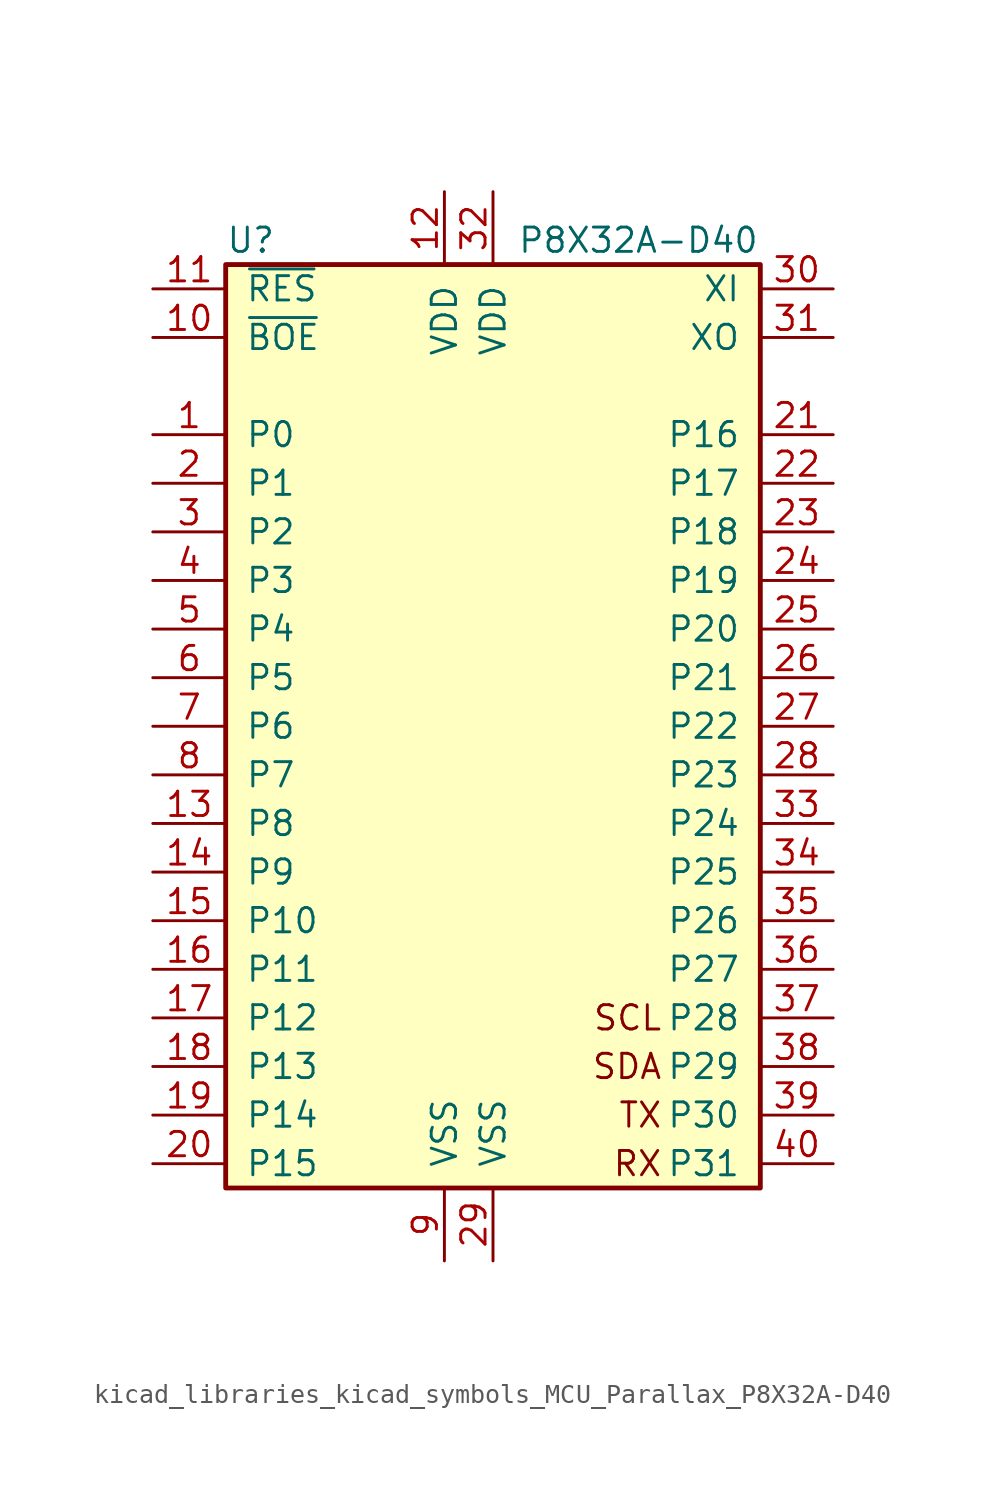
<source format=kicad_sym>
(kicad_symbol_lib
  (version 20220914)
  (generator kicad_symbol_editor)
  (symbol "kicad_libraries_kicad_symbols_MCU_Parallax_P8X32A-D40"
    (pin_names
      (offset 1.016))
    (property "Reference" "U"
      (at -13.97 25.4 0)
      (effects (font (size 1.27 1.27)) (justify left)))
    (property "Value" "P8X32A-D40"
      (at 1.27 25.4 0)
      (effects (font (size 1.27 1.27)) (justify left)))
    (symbol "kicad_libraries_kicad_symbols_MCU_Parallax_P8X32A-D40_0_1"
      (rectangle (start -13.97 24.13) (end 13.97 -24.13) (stroke (width 0.254) (type default)) (fill (type background)))
      (text "RX" (at 8.89 -22.86 0) (effects (font (size 1.27 1.27)) (justify right)))
      (text "SCL" (at 8.89 -15.24 0) (effects (font (size 1.27 1.27)) (justify right)))
      (text "SDA" (at 8.89 -17.78 0) (effects (font (size 1.27 1.27)) (justify right)))
      (text "TX" (at 8.89 -20.32 0) (effects (font (size 1.27 1.27)) (justify right)))
      (pin bidirectional line (at -17.78 15.24 0) (length 3.81) (name "P0" (effects (font (size 1.27 1.27)))) (number "1" (effects (font (size 1.27 1.27)))))
      (pin input line (at -17.78 20.32 0) (length 3.81) (name "~{BOE}" (effects (font (size 1.27 1.27)))) (number "10" (effects (font (size 1.27 1.27)))))
      (pin bidirectional line (at -17.78 22.86 0) (length 3.81) (name "~{RES}" (effects (font (size 1.27 1.27)))) (number "11" (effects (font (size 1.27 1.27)))))
      (pin power_in line (at -2.54 27.94 270) (length 3.81) (name "VDD" (effects (font (size 1.27 1.27)))) (number "12" (effects (font (size 1.27 1.27)))))
      (pin bidirectional line (at -17.78 -5.08 0) (length 3.81) (name "P8" (effects (font (size 1.27 1.27)))) (number "13" (effects (font (size 1.27 1.27)))))
      (pin bidirectional line (at -17.78 -7.62 0) (length 3.81) (name "P9" (effects (font (size 1.27 1.27)))) (number "14" (effects (font (size 1.27 1.27)))))
      (pin bidirectional line (at -17.78 -10.16 0) (length 3.81) (name "P10" (effects (font (size 1.27 1.27)))) (number "15" (effects (font (size 1.27 1.27)))))
      (pin bidirectional line (at -17.78 -12.7 0) (length 3.81) (name "P11" (effects (font (size 1.27 1.27)))) (number "16" (effects (font (size 1.27 1.27)))))
      (pin bidirectional line (at -17.78 -15.24 0) (length 3.81) (name "P12" (effects (font (size 1.27 1.27)))) (number "17" (effects (font (size 1.27 1.27)))))
      (pin bidirectional line (at -17.78 -17.78 0) (length 3.81) (name "P13" (effects (font (size 1.27 1.27)))) (number "18" (effects (font (size 1.27 1.27)))))
      (pin bidirectional line (at -17.78 -20.32 0) (length 3.81) (name "P14" (effects (font (size 1.27 1.27)))) (number "19" (effects (font (size 1.27 1.27)))))
      (pin bidirectional line (at -17.78 12.7 0) (length 3.81) (name "P1" (effects (font (size 1.27 1.27)))) (number "2" (effects (font (size 1.27 1.27)))))
      (pin bidirectional line (at -17.78 -22.86 0) (length 3.81) (name "P15" (effects (font (size 1.27 1.27)))) (number "20" (effects (font (size 1.27 1.27)))))
      (pin bidirectional line (at 17.78 15.24 180) (length 3.81) (name "P16" (effects (font (size 1.27 1.27)))) (number "21" (effects (font (size 1.27 1.27)))))
      (pin bidirectional line (at 17.78 12.7 180) (length 3.81) (name "P17" (effects (font (size 1.27 1.27)))) (number "22" (effects (font (size 1.27 1.27)))))
      (pin bidirectional line (at 17.78 10.16 180) (length 3.81) (name "P18" (effects (font (size 1.27 1.27)))) (number "23" (effects (font (size 1.27 1.27)))))
      (pin bidirectional line (at 17.78 7.62 180) (length 3.81) (name "P19" (effects (font (size 1.27 1.27)))) (number "24" (effects (font (size 1.27 1.27)))))
      (pin bidirectional line (at 17.78 5.08 180) (length 3.81) (name "P20" (effects (font (size 1.27 1.27)))) (number "25" (effects (font (size 1.27 1.27)))))
      (pin bidirectional line (at 17.78 2.54 180) (length 3.81) (name "P21" (effects (font (size 1.27 1.27)))) (number "26" (effects (font (size 1.27 1.27)))))
      (pin bidirectional line (at 17.78 0 180) (length 3.81) (name "P22" (effects (font (size 1.27 1.27)))) (number "27" (effects (font (size 1.27 1.27)))))
      (pin bidirectional line (at 17.78 -2.54 180) (length 3.81) (name "P23" (effects (font (size 1.27 1.27)))) (number "28" (effects (font (size 1.27 1.27)))))
      (pin power_in line (at 0 -27.94 90) (length 3.81) (name "VSS" (effects (font (size 1.27 1.27)))) (number "29" (effects (font (size 1.27 1.27)))))
      (pin bidirectional line (at -17.78 10.16 0) (length 3.81) (name "P2" (effects (font (size 1.27 1.27)))) (number "3" (effects (font (size 1.27 1.27)))))
      (pin input line (at 17.78 22.86 180) (length 3.81) (name "XI" (effects (font (size 1.27 1.27)))) (number "30" (effects (font (size 1.27 1.27)))))
      (pin output line (at 17.78 20.32 180) (length 3.81) (name "XO" (effects (font (size 1.27 1.27)))) (number "31" (effects (font (size 1.27 1.27)))))
      (pin power_in line (at 0 27.94 270) (length 3.81) (name "VDD" (effects (font (size 1.27 1.27)))) (number "32" (effects (font (size 1.27 1.27)))))
      (pin bidirectional line (at 17.78 -5.08 180) (length 3.81) (name "P24" (effects (font (size 1.27 1.27)))) (number "33" (effects (font (size 1.27 1.27)))))
      (pin bidirectional line (at 17.78 -7.62 180) (length 3.81) (name "P25" (effects (font (size 1.27 1.27)))) (number "34" (effects (font (size 1.27 1.27)))))
      (pin bidirectional line (at 17.78 -10.16 180) (length 3.81) (name "P26" (effects (font (size 1.27 1.27)))) (number "35" (effects (font (size 1.27 1.27)))))
      (pin bidirectional line (at 17.78 -12.7 180) (length 3.81) (name "P27" (effects (font (size 1.27 1.27)))) (number "36" (effects (font (size 1.27 1.27)))))
      (pin bidirectional line (at 17.78 -15.24 180) (length 3.81) (name "P28" (effects (font (size 1.27 1.27)))) (number "37" (effects (font (size 1.27 1.27)))))
      (pin bidirectional line (at 17.78 -17.78 180) (length 3.81) (name "P29" (effects (font (size 1.27 1.27)))) (number "38" (effects (font (size 1.27 1.27)))))
      (pin bidirectional line (at 17.78 -20.32 180) (length 3.81) (name "P30" (effects (font (size 1.27 1.27)))) (number "39" (effects (font (size 1.27 1.27)))))
      (pin bidirectional line (at -17.78 7.62 0) (length 3.81) (name "P3" (effects (font (size 1.27 1.27)))) (number "4" (effects (font (size 1.27 1.27)))))
      (pin bidirectional line (at 17.78 -22.86 180) (length 3.81) (name "P31" (effects (font (size 1.27 1.27)))) (number "40" (effects (font (size 1.27 1.27)))))
      (pin bidirectional line (at -17.78 5.08 0) (length 3.81) (name "P4" (effects (font (size 1.27 1.27)))) (number "5" (effects (font (size 1.27 1.27)))))
      (pin bidirectional line (at -17.78 2.54 0) (length 3.81) (name "P5" (effects (font (size 1.27 1.27)))) (number "6" (effects (font (size 1.27 1.27)))))
      (pin bidirectional line (at -17.78 0 0) (length 3.81) (name "P6" (effects (font (size 1.27 1.27)))) (number "7" (effects (font (size 1.27 1.27)))))
      (pin bidirectional line (at -17.78 -2.54 0) (length 3.81) (name "P7" (effects (font (size 1.27 1.27)))) (number "8" (effects (font (size 1.27 1.27)))))
      (pin power_in line (at -2.54 -27.94 90) (length 3.81) (name "VSS" (effects (font (size 1.27 1.27)))) (number "9" (effects (font (size 1.27 1.27))))))))
</source>
